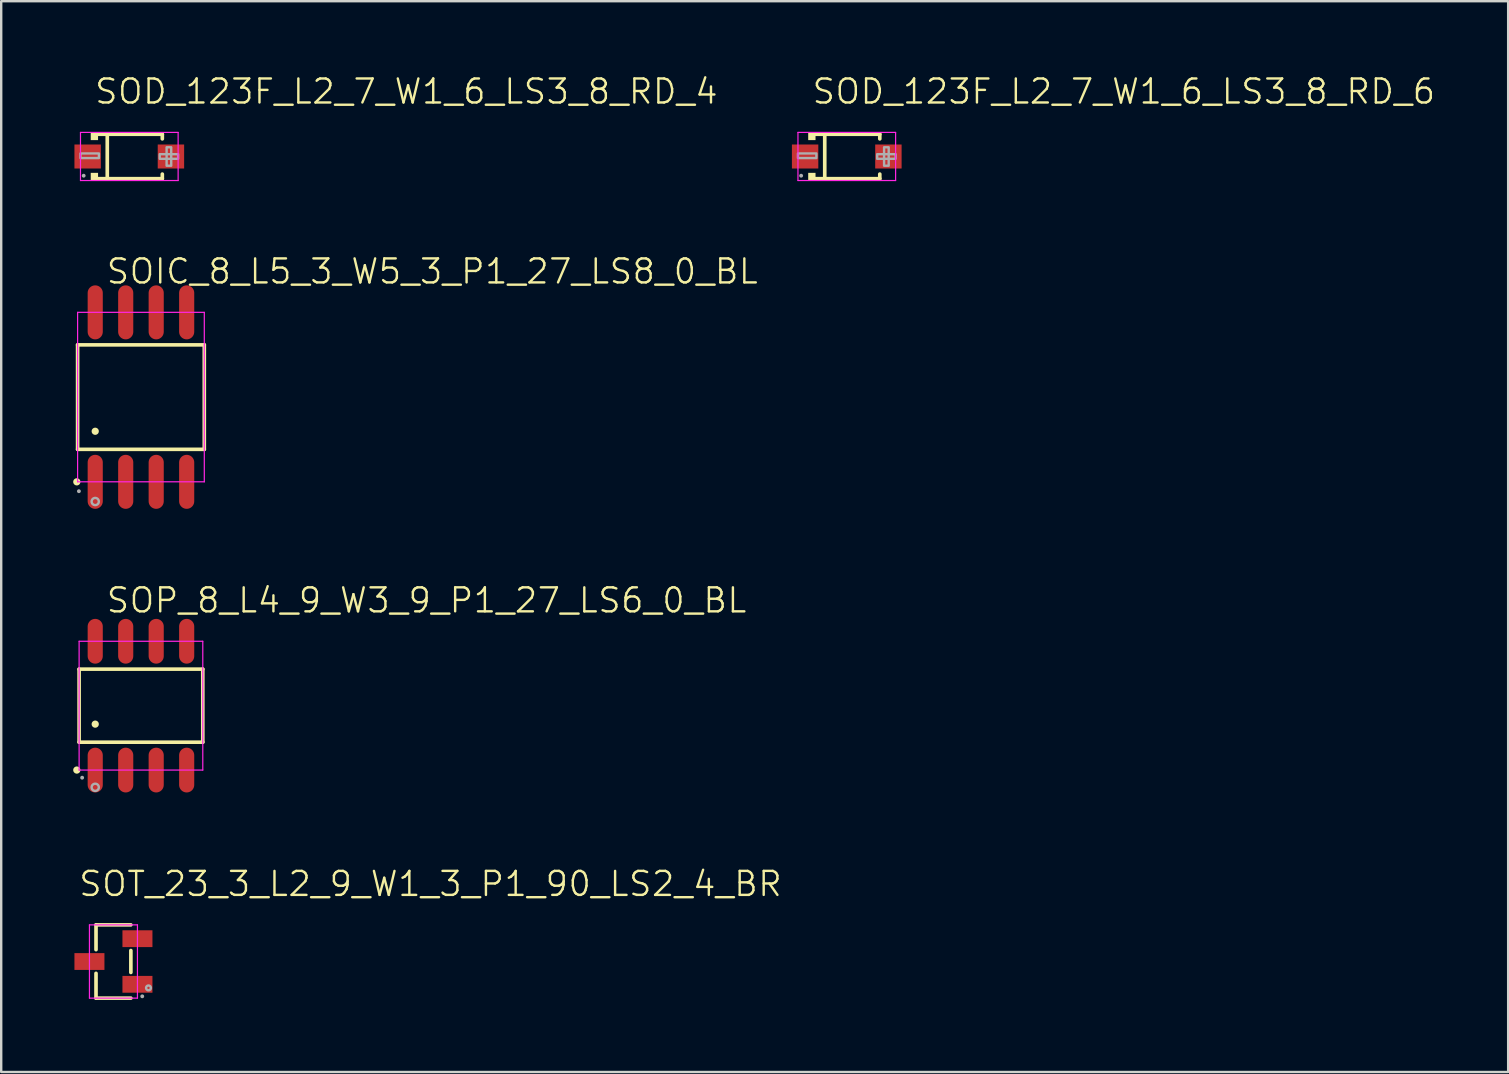
<source format=kicad_pcb>
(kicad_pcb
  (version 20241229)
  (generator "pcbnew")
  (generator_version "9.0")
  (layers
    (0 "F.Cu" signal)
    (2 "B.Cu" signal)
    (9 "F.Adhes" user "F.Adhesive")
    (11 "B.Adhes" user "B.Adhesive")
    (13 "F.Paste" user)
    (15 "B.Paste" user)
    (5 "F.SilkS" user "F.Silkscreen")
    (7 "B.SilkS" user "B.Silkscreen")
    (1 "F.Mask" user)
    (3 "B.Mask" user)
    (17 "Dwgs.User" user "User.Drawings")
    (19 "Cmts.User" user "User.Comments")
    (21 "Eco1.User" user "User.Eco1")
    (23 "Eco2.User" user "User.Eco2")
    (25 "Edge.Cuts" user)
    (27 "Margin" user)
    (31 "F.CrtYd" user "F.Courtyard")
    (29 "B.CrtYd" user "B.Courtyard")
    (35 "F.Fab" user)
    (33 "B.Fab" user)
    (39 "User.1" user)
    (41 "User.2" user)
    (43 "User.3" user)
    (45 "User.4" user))
  (footprint "SOIC_8_L5_3_W5_3_P1_27_LS8_0_BL"
    (layer "F.Cu")
    (at 2.822 13.493)
    (property "Reference" "SOIC_8_L5_3_W5_3_P1_27_LS8_0_BL" (at -1.5 -5.236 0) (layer "F.SilkS") (effects (font (size 1 1) (thickness 0.1)) (justify left)))
    (fp_line (start -2.639 -2.176) (end 2.639 -2.176) (stroke (width 0.152) (type solid)) (layer "F.SilkS"))
    (fp_line (start -2.639 2.176) (end -2.639 -2.176) (stroke (width 0.152) (type solid)) (layer "F.SilkS"))
    (fp_line (start 2.639 -2.176) (end 2.639 2.176) (stroke (width 0.152) (type solid)) (layer "F.SilkS"))
    (fp_line (start 2.639 2.176) (end -2.639 2.176) (stroke (width 0.152) (type solid)) (layer "F.SilkS"))
    (fp_poly (pts (xy -2.522 3.53) (xy -2.525 3.501) (xy -2.533 3.473) (xy -2.547 3.447) (xy -2.566 3.424) (xy -2.589 3.406) (xy -2.615 3.392) (xy -2.643 3.383) (xy -2.672 3.381) (xy -2.701 3.383) (xy -2.729 3.392) (xy -2.755 3.406) (xy -2.778 3.424) (xy -2.797 3.447) (xy -2.811 3.473) (xy -2.819 3.501) (xy -2.822 3.53) (xy -2.819 3.56) (xy -2.811 3.588) (xy -2.797 3.614) (xy -2.778 3.637) (xy -2.755 3.655) (xy -2.729 3.669) (xy -2.701 3.678) (xy -2.672 3.68) (xy -2.643 3.678) (xy -2.615 3.669) (xy -2.589 3.655) (xy -2.566 3.637) (xy -2.547 3.614) (xy -2.533 3.588) (xy -2.525 3.56)) (stroke (width 0) (type solid)) (fill yes) (layer "F.SilkS"))
    (fp_poly (pts (xy -1.755 1.423) (xy -1.758 1.394) (xy -1.766 1.366) (xy -1.78 1.34) (xy -1.799 1.317) (xy -1.822 1.299) (xy -1.848 1.285) (xy -1.876 1.276) (xy -1.905 1.274) (xy -1.934 1.276) (xy -1.962 1.285) (xy -1.988 1.299) (xy -2.011 1.317) (xy -2.03 1.34) (xy -2.044 1.366) (xy -2.052 1.394) (xy -2.055 1.423) (xy -2.052 1.453) (xy -2.044 1.481) (xy -2.03 1.507) (xy -2.011 1.53) (xy -1.988 1.548) (xy -1.962 1.562) (xy -1.934 1.571) (xy -1.905 1.573) (xy -1.876 1.571) (xy -1.848 1.562) (xy -1.822 1.548) (xy -1.799 1.53) (xy -1.78 1.507) (xy -1.766 1.481) (xy -1.758 1.453)) (stroke (width 0) (type solid)) (fill yes) (layer "F.SilkS"))
    (fp_line (start -2.639 -3.53) (end -2.639 3.53) (stroke (width 0.05) (type solid)) (layer "F.CrtYd"))
    (fp_line (start -2.639 3.53) (end 2.639 3.53) (stroke (width 0.05) (type solid)) (layer "F.CrtYd"))
    (fp_line (start 2.639 -3.53) (end -2.639 -3.53) (stroke (width 0.05) (type solid)) (layer "F.CrtYd"))
    (fp_line (start 2.639 3.53) (end 2.639 -3.53) (stroke (width 0.05) (type solid)) (layer "F.CrtYd"))
    (fp_poly (pts (xy -2.555 3.921) (xy -2.556 3.915) (xy -2.557 3.909) (xy -2.56 3.904) (xy -2.564 3.899) (xy -2.568 3.896) (xy -2.574 3.893) (xy -2.579 3.891) (xy -2.585 3.89) (xy -2.591 3.891) (xy -2.596 3.893) (xy -2.602 3.896) (xy -2.606 3.899) (xy -2.61 3.904) (xy -2.613 3.909) (xy -2.614 3.915) (xy -2.615 3.921) (xy -2.614 3.926) (xy -2.613 3.932) (xy -2.61 3.937) (xy -2.606 3.942) (xy -2.602 3.945) (xy -2.596 3.948) (xy -2.591 3.95) (xy -2.585 3.95) (xy -2.579 3.95) (xy -2.574 3.948) (xy -2.568 3.945) (xy -2.564 3.942) (xy -2.56 3.937) (xy -2.557 3.932) (xy -2.556 3.926)) (stroke (width 0.1) (type solid)) (fill no) (layer "F.Fab"))
    (fp_poly (pts (xy -1.755 4.351) (xy -1.758 4.321) (xy -1.766 4.293) (xy -1.78 4.267) (xy -1.799 4.244) (xy -1.822 4.226) (xy -1.848 4.212) (xy -1.876 4.203) (xy -1.905 4.2) (xy -1.934 4.203) (xy -1.962 4.212) (xy -1.988 4.226) (xy -2.011 4.244) (xy -2.03 4.267) (xy -2.044 4.293) (xy -2.052 4.321) (xy -2.055 4.351) (xy -2.052 4.38) (xy -2.044 4.408) (xy -2.03 4.434) (xy -2.011 4.457) (xy -1.988 4.475) (xy -1.962 4.489) (xy -1.934 4.498) (xy -1.905 4.5) (xy -1.876 4.498) (xy -1.848 4.489) (xy -1.822 4.475) (xy -1.799 4.457) (xy -1.78 4.434) (xy -1.766 4.408) (xy -1.758 4.38)) (stroke (width 0.1) (type solid)) (fill no) (layer "F.Fab"))
    (pad "" smd oval (at -1.905 -3.53) (size 0.732 2.352) (layers "F.Mask"))
    (pad "" smd oval (at -1.905 3.53) (size 0.732 2.352) (layers "F.Mask"))
    (pad "" smd oval (at -0.635 -3.53) (size 0.732 2.352) (layers "F.Mask"))
    (pad "" smd oval (at -0.635 3.53) (size 0.732 2.352) (layers "F.Mask"))
    (pad "" smd oval (at 0.635 -3.53) (size 0.732 2.352) (layers "F.Mask"))
    (pad "" smd oval (at 0.635 3.53) (size 0.732 2.352) (layers "F.Mask"))
    (pad "" smd oval (at 1.905 -3.53) (size 0.732 2.352) (layers "F.Mask"))
    (pad "" smd oval (at 1.905 3.53) (size 0.732 2.352) (layers "F.Mask"))
    (pad "1" smd oval (at -1.905 3.53) (size 0.63 2.25) (layers "F.Cu" "F.Paste"))
    (pad "2" smd oval (at -0.635 3.53) (size 0.63 2.25) (layers "F.Cu" "F.Paste"))
    (pad "3" smd oval (at 0.635 3.53) (size 0.63 2.25) (layers "F.Cu" "F.Paste"))
    (pad "4" smd oval (at 1.905 3.53) (size 0.63 2.25) (layers "F.Cu" "F.Paste"))
    (pad "5" smd oval (at 1.905 -3.53) (size 0.63 2.25) (layers "F.Cu" "F.Paste"))
    (pad "6" smd oval (at 0.635 -3.53) (size 0.63 2.25) (layers "F.Cu" "F.Paste"))
    (pad "7" smd oval (at -0.635 -3.53) (size 0.63 2.25) (layers "F.Cu" "F.Paste"))
    (pad "8" smd oval (at -1.905 -3.53) (size 0.63 2.25) (layers "F.Cu" "F.Paste")))
  (footprint "SOP_8_L4_9_W3_9_P1_27_LS6_0_BL"
    (layer "F.Cu")
    (at 2.822 26.348)
    (property "Reference" "SOP_8_L4_9_W3_9_P1_27_LS6_0_BL" (at -1.5 -4.388 0) (layer "F.SilkS") (effects (font (size 1 1) (thickness 0.1)) (justify left)))
    (fp_line (start -2.576 -1.522) (end 2.576 -1.522) (stroke (width 0.152) (type solid)) (layer "F.SilkS"))
    (fp_line (start -2.576 1.522) (end -2.576 -1.522) (stroke (width 0.152) (type solid)) (layer "F.SilkS"))
    (fp_line (start 2.576 -1.522) (end 2.576 1.522) (stroke (width 0.152) (type solid)) (layer "F.SilkS"))
    (fp_line (start 2.576 1.522) (end -2.576 1.522) (stroke (width 0.152) (type solid)) (layer "F.SilkS"))
    (fp_poly (pts (xy -2.522 2.683) (xy -2.525 2.653) (xy -2.533 2.625) (xy -2.547 2.599) (xy -2.566 2.576) (xy -2.589 2.558) (xy -2.615 2.544) (xy -2.643 2.535) (xy -2.672 2.533) (xy -2.701 2.535) (xy -2.729 2.544) (xy -2.755 2.558) (xy -2.778 2.576) (xy -2.797 2.599) (xy -2.811 2.625) (xy -2.819 2.653) (xy -2.822 2.683) (xy -2.819 2.712) (xy -2.811 2.74) (xy -2.797 2.766) (xy -2.778 2.789) (xy -2.755 2.807) (xy -2.729 2.821) (xy -2.701 2.83) (xy -2.672 2.833) (xy -2.643 2.83) (xy -2.615 2.821) (xy -2.589 2.807) (xy -2.566 2.789) (xy -2.547 2.766) (xy -2.533 2.74) (xy -2.525 2.712)) (stroke (width 0) (type solid)) (fill yes) (layer "F.SilkS"))
    (fp_poly (pts (xy -1.755 0.769) (xy -1.758 0.74) (xy -1.766 0.712) (xy -1.78 0.686) (xy -1.799 0.663) (xy -1.822 0.645) (xy -1.848 0.631) (xy -1.876 0.622) (xy -1.905 0.62) (xy -1.934 0.622) (xy -1.962 0.631) (xy -1.988 0.645) (xy -2.011 0.663) (xy -2.03 0.686) (xy -2.044 0.712) (xy -2.052 0.74) (xy -2.055 0.769) (xy -2.052 0.799) (xy -2.044 0.827) (xy -2.03 0.853) (xy -2.011 0.876) (xy -1.988 0.894) (xy -1.962 0.908) (xy -1.934 0.917) (xy -1.905 0.919) (xy -1.876 0.917) (xy -1.848 0.908) (xy -1.822 0.894) (xy -1.799 0.876) (xy -1.78 0.853) (xy -1.766 0.827) (xy -1.758 0.799)) (stroke (width 0) (type solid)) (fill yes) (layer "F.SilkS"))
    (fp_line (start -2.576 -2.683) (end -2.576 2.683) (stroke (width 0.05) (type solid)) (layer "F.CrtYd"))
    (fp_line (start -2.576 2.683) (end 2.576 2.683) (stroke (width 0.05) (type solid)) (layer "F.CrtYd"))
    (fp_line (start 2.576 -2.683) (end -2.576 -2.683) (stroke (width 0.05) (type solid)) (layer "F.CrtYd"))
    (fp_line (start 2.576 2.683) (end 2.576 -2.683) (stroke (width 0.05) (type solid)) (layer "F.CrtYd"))
    (fp_poly (pts (xy -2.42 3.001) (xy -2.421 2.995) (xy -2.422 2.989) (xy -2.425 2.984) (xy -2.429 2.979) (xy -2.433 2.976) (xy -2.439 2.973) (xy -2.444 2.971) (xy -2.45 2.97) (xy -2.456 2.971) (xy -2.461 2.973) (xy -2.467 2.976) (xy -2.471 2.979) (xy -2.475 2.984) (xy -2.478 2.989) (xy -2.479 2.995) (xy -2.48 3.001) (xy -2.479 3.006) (xy -2.478 3.012) (xy -2.475 3.017) (xy -2.471 3.022) (xy -2.467 3.025) (xy -2.461 3.028) (xy -2.456 3.03) (xy -2.45 3.03) (xy -2.444 3.03) (xy -2.439 3.028) (xy -2.433 3.025) (xy -2.429 3.022) (xy -2.425 3.017) (xy -2.422 3.012) (xy -2.421 3.006)) (stroke (width 0.1) (type solid)) (fill no) (layer "F.Fab"))
    (fp_poly (pts (xy -1.755 3.401) (xy -1.758 3.371) (xy -1.766 3.343) (xy -1.78 3.317) (xy -1.799 3.294) (xy -1.822 3.276) (xy -1.848 3.262) (xy -1.876 3.253) (xy -1.905 3.251) (xy -1.934 3.253) (xy -1.962 3.262) (xy -1.988 3.276) (xy -2.011 3.294) (xy -2.03 3.317) (xy -2.044 3.343) (xy -2.052 3.371) (xy -2.055 3.401) (xy -2.052 3.43) (xy -2.044 3.458) (xy -2.03 3.484) (xy -2.011 3.507) (xy -1.988 3.525) (xy -1.962 3.539) (xy -1.934 3.548) (xy -1.905 3.55) (xy -1.876 3.548) (xy -1.848 3.539) (xy -1.822 3.525) (xy -1.799 3.507) (xy -1.78 3.484) (xy -1.766 3.458) (xy -1.758 3.43)) (stroke (width 0.1) (type solid)) (fill no) (layer "F.Fab"))
    (pad "" smd oval (at -1.905 -2.683) (size 0.732 1.967) (layers "F.Mask"))
    (pad "" smd oval (at -1.905 2.683) (size 0.732 1.967) (layers "F.Mask"))
    (pad "" smd oval (at -0.635 -2.683) (size 0.732 1.967) (layers "F.Mask"))
    (pad "" smd oval (at -0.635 2.683) (size 0.732 1.967) (layers "F.Mask"))
    (pad "" smd oval (at 0.635 -2.683) (size 0.732 1.967) (layers "F.Mask"))
    (pad "" smd oval (at 0.635 2.683) (size 0.732 1.967) (layers "F.Mask"))
    (pad "" smd oval (at 1.905 -2.683) (size 0.732 1.967) (layers "F.Mask"))
    (pad "" smd oval (at 1.905 2.683) (size 0.732 1.967) (layers "F.Mask"))
    (pad "1" smd oval (at -1.905 2.683) (size 0.63 1.865) (layers "F.Cu" "F.Paste"))
    (pad "2" smd oval (at -0.635 2.683) (size 0.63 1.865) (layers "F.Cu" "F.Paste"))
    (pad "3" smd oval (at 0.635 2.683) (size 0.63 1.865) (layers "F.Cu" "F.Paste"))
    (pad "4" smd oval (at 1.905 2.683) (size 0.63 1.865) (layers "F.Cu" "F.Paste"))
    (pad "5" smd oval (at 1.905 -2.683) (size 0.63 1.865) (layers "F.Cu" "F.Paste"))
    (pad "6" smd oval (at 0.635 -2.683) (size 0.63 1.865) (layers "F.Cu" "F.Paste"))
    (pad "7" smd oval (at -0.635 -2.683) (size 0.63 1.865) (layers "F.Cu" "F.Paste"))
    (pad "8" smd oval (at -1.905 -2.683) (size 0.63 1.865) (layers "F.Cu" "F.Paste")))
  (footprint "SOD_123F_L2_7_W1_6_LS3_8_RD_4"
    (layer "F.Cu")
    (at 2.337 3.469)
    (property "Reference" "SOD_123F_L2_7_W1_6_LS3_8_RD_4" (at -1.5 -2.708 0) (layer "F.SilkS") (effects (font (size 1 1) (thickness 0.1)) (justify left)))
    (fp_line (start -1.377 -0.926) (end 1.375 -0.926) (stroke (width 0.152) (type solid)) (layer "F.SilkS"))
    (fp_line (start -1.377 0.926) (end 1.375 0.926) (stroke (width 0.152) (type solid)) (layer "F.SilkS"))
    (fp_line (start -0.918 -0.876) (end -0.918 0.876) (stroke (width 0.152) (type solid)) (layer "F.SilkS"))
    (fp_line (start 1.375 -0.926) (end 1.375 -0.734) (stroke (width 0.152) (type solid)) (layer "F.SilkS"))
    (fp_line (start 1.375 0.926) (end 1.375 0.734) (stroke (width 0.152) (type solid)) (layer "F.SilkS"))
    (fp_poly (pts (xy -1.302 -1.002) (xy -1.302 -0.682) (xy -1.607 -0.682) (xy -1.607 -1.002)) (stroke (width 0) (type solid)) (fill yes) (layer "F.SilkS"))
    (fp_poly (pts (xy -1.302 1.002) (xy -1.302 0.682) (xy -1.607 0.682) (xy -1.607 1.002)) (stroke (width 0) (type solid)) (fill yes) (layer "F.SilkS"))
    (fp_line (start -2.034 -1.002) (end -2.034 1.002) (stroke (width 0.05) (type solid)) (layer "F.CrtYd"))
    (fp_line (start -2.034 1.002) (end 2.034 1.002) (stroke (width 0.05) (type solid)) (layer "F.CrtYd"))
    (fp_line (start 2.034 -1.002) (end -2.034 -1.002) (stroke (width 0.05) (type solid)) (layer "F.CrtYd"))
    (fp_line (start 2.034 1.002) (end 2.034 -1.002) (stroke (width 0.05) (type solid)) (layer "F.CrtYd"))
    (fp_poly (pts (xy -2.034 -0.127) (xy -2.034 0.066) (xy -1.266 0.066) (xy -1.266 -0.127)) (stroke (width 0.1) (type solid)) (fill no) (layer "F.Fab"))
    (fp_poly (pts (xy 1.746 0.385) (xy 1.554 0.385) (xy 1.554 -0.384) (xy 1.746 -0.384)) (stroke (width 0.1) (type solid)) (fill no) (layer "F.Fab"))
    (fp_poly (pts (xy 2.034 -0.096) (xy 2.034 0.097) (xy 1.266 0.097) (xy 1.266 -0.096)) (stroke (width 0.1) (type solid)) (fill no) (layer "F.Fab"))
    (fp_poly (pts (xy -1.871 0.8) (xy -1.872 0.795) (xy -1.874 0.789) (xy -1.877 0.784) (xy -1.88 0.779) (xy -1.885 0.776) (xy -1.89 0.773) (xy -1.896 0.771) (xy -1.901 0.77) (xy -1.907 0.771) (xy -1.913 0.773) (xy -1.918 0.776) (xy -1.923 0.779) (xy -1.926 0.784) (xy -1.929 0.789) (xy -1.931 0.795) (xy -1.931 0.8) (xy -1.931 0.806) (xy -1.929 0.812) (xy -1.926 0.817) (xy -1.923 0.822) (xy -1.918 0.825) (xy -1.913 0.828) (xy -1.907 0.83) (xy -1.901 0.831) (xy -1.896 0.83) (xy -1.89 0.828) (xy -1.885 0.825) (xy -1.88 0.822) (xy -1.877 0.817) (xy -1.874 0.812) (xy -1.872 0.806)) (stroke (width 0.1) (type solid)) (fill no) (layer "F.Fab"))
    (pad "" smd rect (at -1.736 0.001) (size 1.202 1.102) (layers "F.Mask"))
    (pad "" smd rect (at 1.734 0.001) (size 1.202 1.102) (layers "F.Mask"))
    (pad "1" smd rect (at -1.736 0.001) (size 1.1 1) (layers "F.Cu" "F.Paste"))
    (pad "2" smd rect (at 1.734 0.001) (size 1.1 1) (layers "F.Cu" "F.Paste")))
  (footprint "SOT_23_3_L2_9_W1_3_P1_90_LS2_4_BR"
    (layer "F.Cu")
    (at 1.676 37.006)
    (property "Reference" "SOT_23_3_L2_9_W1_3_P1_90_LS2_4_BR" (at -1.5 -3.232 0) (layer "F.SilkS") (effects (font (size 1 1) (thickness 0.1)) (justify left)))
    (fp_line (start -0.726 -1.526) (end -0.726 -0.494) (stroke (width 0.152) (type solid)) (layer "F.SilkS"))
    (fp_line (start -0.726 1.526) (end -0.726 0.494) (stroke (width 0.152) (type solid)) (layer "F.SilkS"))
    (fp_line (start 0.726 -1.526) (end -0.726 -1.526) (stroke (width 0.152) (type solid)) (layer "F.SilkS"))
    (fp_line (start 0.726 -0.456) (end 0.726 0.456) (stroke (width 0.152) (type solid)) (layer "F.SilkS"))
    (fp_line (start 0.726 1.526) (end -0.726 1.526) (stroke (width 0.152) (type solid)) (layer "F.SilkS"))
    (fp_line (start -1 -1.526) (end -1 1.526) (stroke (width 0.05) (type solid)) (layer "F.CrtYd"))
    (fp_line (start -1 1.526) (end 1 1.526) (stroke (width 0.05) (type solid)) (layer "F.CrtYd"))
    (fp_line (start 1 -1.526) (end -1 -1.526) (stroke (width 0.05) (type solid)) (layer "F.CrtYd"))
    (fp_line (start 1 1.526) (end 1 -1.526) (stroke (width 0.05) (type solid)) (layer "F.CrtYd"))
    (fp_poly (pts (xy 1.23 1.45) (xy 1.229 1.445) (xy 1.228 1.439) (xy 1.225 1.434) (xy 1.221 1.429) (xy 1.217 1.426) (xy 1.211 1.423) (xy 1.206 1.421) (xy 1.2 1.421) (xy 1.194 1.421) (xy 1.189 1.423) (xy 1.183 1.426) (xy 1.179 1.429) (xy 1.175 1.434) (xy 1.172 1.439) (xy 1.171 1.445) (xy 1.17 1.45) (xy 1.171 1.456) (xy 1.172 1.462) (xy 1.175 1.467) (xy 1.179 1.472) (xy 1.183 1.475) (xy 1.189 1.478) (xy 1.194 1.48) (xy 1.2 1.48) (xy 1.206 1.48) (xy 1.211 1.478) (xy 1.217 1.475) (xy 1.221 1.472) (xy 1.225 1.467) (xy 1.228 1.462) (xy 1.229 1.456)) (stroke (width 0.1) (type solid)) (fill no) (layer "F.Fab"))
    (fp_poly (pts (xy 1.56 1.101) (xy 1.558 1.081) (xy 1.552 1.062) (xy 1.543 1.045) (xy 1.531 1.03) (xy 1.516 1.017) (xy 1.498 1.008) (xy 1.48 1.002) (xy 1.46 1) (xy 1.44 1.002) (xy 1.422 1.008) (xy 1.404 1.017) (xy 1.389 1.03) (xy 1.377 1.045) (xy 1.368 1.062) (xy 1.362 1.081) (xy 1.36 1.101) (xy 1.362 1.12) (xy 1.368 1.139) (xy 1.377 1.156) (xy 1.389 1.171) (xy 1.404 1.184) (xy 1.422 1.193) (xy 1.44 1.199) (xy 1.46 1.2) (xy 1.48 1.199) (xy 1.498 1.193) (xy 1.516 1.184) (xy 1.531 1.171) (xy 1.543 1.156) (xy 1.552 1.139) (xy 1.558 1.12)) (stroke (width 0.1) (type solid)) (fill no) (layer "F.Fab"))
    (pad "" smd rect (at -1 0.001) (size 1.352 0.802) (layers "F.Mask"))
    (pad "" smd rect (at 1 -0.95) (size 1.352 0.802) (layers "F.Mask"))
    (pad "" smd rect (at 1 0.95) (size 1.352 0.802) (layers "F.Mask"))
    (pad "1" smd rect (at 1 0.95) (size 1.25 0.7) (layers "F.Cu" "F.Paste"))
    (pad "2" smd rect (at 1 -0.95) (size 1.25 0.7) (layers "F.Cu" "F.Paste"))
    (pad "3" smd rect (at -1 0.001) (size 1.25 0.7) (layers "F.Cu" "F.Paste")))
  (footprint "SOD_123F_L2_7_W1_6_LS3_8_RD_6"
    (layer "F.Cu")
    (at 32.227 3.469)
    (property "Reference" "SOD_123F_L2_7_W1_6_LS3_8_RD_6" (at -1.5 -2.708 0) (layer "F.SilkS") (effects (font (size 1 1) (thickness 0.1)) (justify left)))
    (fp_line (start -1.377 -0.926) (end 1.375 -0.926) (stroke (width 0.152) (type solid)) (layer "F.SilkS"))
    (fp_line (start -1.377 0.926) (end 1.375 0.926) (stroke (width 0.152) (type solid)) (layer "F.SilkS"))
    (fp_line (start -0.918 -0.876) (end -0.918 0.876) (stroke (width 0.152) (type solid)) (layer "F.SilkS"))
    (fp_line (start 1.375 -0.926) (end 1.375 -0.734) (stroke (width 0.152) (type solid)) (layer "F.SilkS"))
    (fp_line (start 1.375 0.926) (end 1.375 0.734) (stroke (width 0.152) (type solid)) (layer "F.SilkS"))
    (fp_poly (pts (xy -1.302 -1.002) (xy -1.302 -0.682) (xy -1.607 -0.682) (xy -1.607 -1.002)) (stroke (width 0) (type solid)) (fill yes) (layer "F.SilkS"))
    (fp_poly (pts (xy -1.302 1.002) (xy -1.302 0.682) (xy -1.607 0.682) (xy -1.607 1.002)) (stroke (width 0) (type solid)) (fill yes) (layer "F.SilkS"))
    (fp_line (start -2.034 -1.002) (end -2.034 1.002) (stroke (width 0.05) (type solid)) (layer "F.CrtYd"))
    (fp_line (start -2.034 1.002) (end 2.034 1.002) (stroke (width 0.05) (type solid)) (layer "F.CrtYd"))
    (fp_line (start 2.034 -1.002) (end -2.034 -1.002) (stroke (width 0.05) (type solid)) (layer "F.CrtYd"))
    (fp_line (start 2.034 1.002) (end 2.034 -1.002) (stroke (width 0.05) (type solid)) (layer "F.CrtYd"))
    (fp_poly (pts (xy -2.034 -0.127) (xy -2.034 0.066) (xy -1.266 0.066) (xy -1.266 -0.127)) (stroke (width 0.1) (type solid)) (fill no) (layer "F.Fab"))
    (fp_poly (pts (xy 1.746 0.385) (xy 1.554 0.385) (xy 1.554 -0.384) (xy 1.746 -0.384)) (stroke (width 0.1) (type solid)) (fill no) (layer "F.Fab"))
    (fp_poly (pts (xy 2.034 -0.096) (xy 2.034 0.097) (xy 1.266 0.097) (xy 1.266 -0.096)) (stroke (width 0.1) (type solid)) (fill no) (layer "F.Fab"))
    (fp_poly (pts (xy -1.871 0.8) (xy -1.872 0.795) (xy -1.874 0.789) (xy -1.877 0.784) (xy -1.88 0.779) (xy -1.885 0.776) (xy -1.89 0.773) (xy -1.896 0.771) (xy -1.901 0.77) (xy -1.907 0.771) (xy -1.913 0.773) (xy -1.918 0.776) (xy -1.923 0.779) (xy -1.926 0.784) (xy -1.929 0.789) (xy -1.931 0.795) (xy -1.931 0.8) (xy -1.931 0.806) (xy -1.929 0.812) (xy -1.926 0.817) (xy -1.923 0.822) (xy -1.918 0.825) (xy -1.913 0.828) (xy -1.907 0.83) (xy -1.901 0.831) (xy -1.896 0.83) (xy -1.89 0.828) (xy -1.885 0.825) (xy -1.88 0.822) (xy -1.877 0.817) (xy -1.874 0.812) (xy -1.872 0.806)) (stroke (width 0.1) (type solid)) (fill no) (layer "F.Fab"))
    (pad "" smd rect (at -1.736 0.001) (size 1.202 1.102) (layers "F.Mask"))
    (pad "" smd rect (at 1.734 0.001) (size 1.202 1.102) (layers "F.Mask"))
    (pad "1" smd rect (at -1.736 0.001) (size 1.1 1) (layers "F.Cu" "F.Paste"))
    (pad "2" smd rect (at 1.734 0.001) (size 1.1 1) (layers "F.Cu" "F.Paste")))
  (gr_rect
    (start -3 -3)
    (end 59.78 41.609)
    (stroke (width 0.1) (type default))
    (fill no)
    (layer "Edge.Cuts")))
</source>
